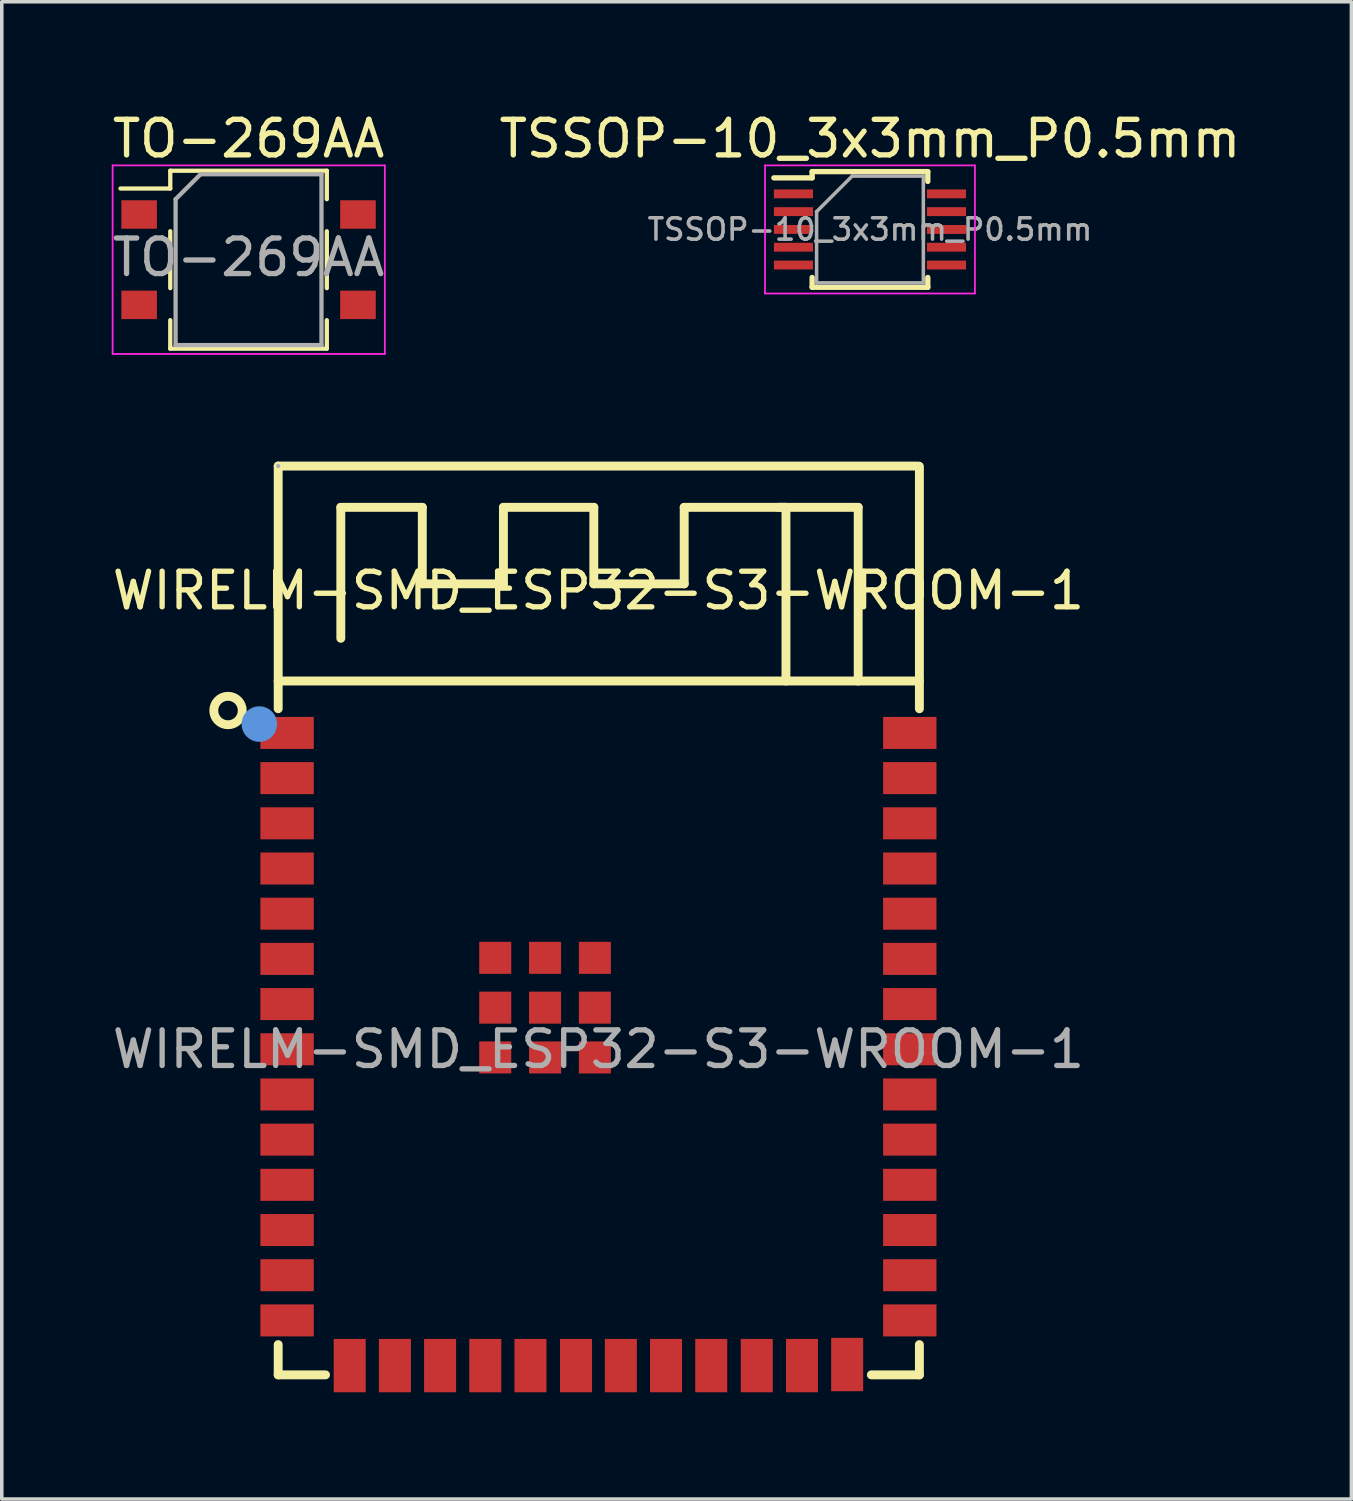
<source format=kicad_pcb>
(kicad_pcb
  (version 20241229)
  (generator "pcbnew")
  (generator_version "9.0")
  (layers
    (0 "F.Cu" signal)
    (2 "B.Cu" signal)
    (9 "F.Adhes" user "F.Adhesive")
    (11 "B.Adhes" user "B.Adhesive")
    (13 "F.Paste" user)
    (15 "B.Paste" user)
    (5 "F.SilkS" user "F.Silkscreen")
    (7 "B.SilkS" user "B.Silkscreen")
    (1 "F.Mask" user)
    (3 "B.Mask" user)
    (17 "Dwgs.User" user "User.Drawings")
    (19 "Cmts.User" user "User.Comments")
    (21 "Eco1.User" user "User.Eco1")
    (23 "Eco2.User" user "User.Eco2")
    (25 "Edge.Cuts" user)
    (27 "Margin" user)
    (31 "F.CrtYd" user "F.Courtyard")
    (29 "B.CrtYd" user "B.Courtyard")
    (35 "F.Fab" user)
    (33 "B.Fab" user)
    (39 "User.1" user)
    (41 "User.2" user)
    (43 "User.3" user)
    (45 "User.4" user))
  (footprint "TSSOP-10_3x3mm_P0.5mm"
    (layer "F.Cu")
    (at 21.399 3.398)
    (property "Reference" "TSSOP-10_3x3mm_P0.5mm" (at 0 -2.55 0) (layer "F.SilkS") (effects (font (size 1 1) (thickness 0.15))))
    (attr smd)
    (fp_line (start -1.625 -1.625) (end -1.625 -1.45) (stroke (width 0.15) (type solid)) (layer "F.SilkS"))
    (fp_line (start -1.625 -1.625) (end 1.625 -1.625) (stroke (width 0.15) (type solid)) (layer "F.SilkS"))
    (fp_line (start -1.625 -1.45) (end -2.7 -1.45) (stroke (width 0.15) (type solid)) (layer "F.SilkS"))
    (fp_line (start -1.625 1.625) (end -1.625 1.35) (stroke (width 0.15) (type solid)) (layer "F.SilkS"))
    (fp_line (start -1.625 1.625) (end 1.625 1.625) (stroke (width 0.15) (type solid)) (layer "F.SilkS"))
    (fp_line (start 1.625 -1.625) (end 1.625 -1.35) (stroke (width 0.15) (type solid)) (layer "F.SilkS"))
    (fp_line (start 1.625 1.625) (end 1.625 1.35) (stroke (width 0.15) (type solid)) (layer "F.SilkS"))
    (fp_line (start -2.95 -1.8) (end -2.95 1.8) (stroke (width 0.05) (type solid)) (layer "F.CrtYd"))
    (fp_line (start -2.95 -1.8) (end 2.95 -1.8) (stroke (width 0.05) (type solid)) (layer "F.CrtYd"))
    (fp_line (start -2.95 1.8) (end 2.95 1.8) (stroke (width 0.05) (type solid)) (layer "F.CrtYd"))
    (fp_line (start 2.95 -1.8) (end 2.95 1.8) (stroke (width 0.05) (type solid)) (layer "F.CrtYd"))
    (fp_line (start -1.5 -0.5) (end -0.5 -1.5) (stroke (width 0.1) (type solid)) (layer "F.Fab"))
    (fp_line (start -1.5 1.5) (end -1.5 -0.5) (stroke (width 0.1) (type solid)) (layer "F.Fab"))
    (fp_line (start -0.5 -1.5) (end 1.5 -1.5) (stroke (width 0.1) (type solid)) (layer "F.Fab"))
    (fp_line (start 1.5 -1.5) (end 1.5 1.5) (stroke (width 0.1) (type solid)) (layer "F.Fab"))
    (fp_line (start 1.5 1.5) (end -1.5 1.5) (stroke (width 0.1) (type solid)) (layer "F.Fab"))
    (fp_text user "${REFERENCE}" (at 0 0 0) (layer "F.Fab") (effects (font (size 0.6 0.6) (thickness 0.1))))
    (pad "1" smd rect (at -2.15 -1) (size 1.1 0.25) (layers "F.Cu" "F.Mask" "F.Paste"))
    (pad "2" smd rect (at -2.15 -0.5) (size 1.1 0.25) (layers "F.Cu" "F.Mask" "F.Paste"))
    (pad "3" smd rect (at -2.15 0) (size 1.1 0.25) (layers "F.Cu" "F.Mask" "F.Paste"))
    (pad "4" smd rect (at -2.15 0.5) (size 1.1 0.25) (layers "F.Cu" "F.Mask" "F.Paste"))
    (pad "5" smd rect (at -2.15 1) (size 1.1 0.25) (layers "F.Cu" "F.Mask" "F.Paste"))
    (pad "6" smd rect (at 2.15 1) (size 1.1 0.25) (layers "F.Cu" "F.Mask" "F.Paste"))
    (pad "7" smd rect (at 2.15 0.5) (size 1.1 0.25) (layers "F.Cu" "F.Mask" "F.Paste"))
    (pad "8" smd rect (at 2.15 0) (size 1.1 0.25) (layers "F.Cu" "F.Mask" "F.Paste"))
    (pad "9" smd rect (at 2.15 -0.5) (size 1.1 0.25) (layers "F.Cu" "F.Mask" "F.Paste"))
    (pad "10" smd rect (at 2.15 -1) (size 1.1 0.25) (layers "F.Cu" "F.Mask" "F.Paste")))
  (footprint "WIRELM-SMD_ESP32-S3-WROOM-1"
    (layer "F.Cu")
    (at 13.768 26.438)
    (property "Reference" "WIRELM-SMD_ESP32-S3-WROOM-1" (at 0 -12.89 0) (layer "F.SilkS") (effects (font (size 1 1) (thickness 0.15))))
    (attr smd)
    (fp_line (start -9 -16.39) (end -9 -9.57) (stroke (width 0.25) (type solid)) (layer "F.SilkS"))
    (fp_line (start -9 -10.35) (end 9.02 -10.35) (stroke (width 0.25) (type solid)) (layer "F.SilkS"))
    (fp_line (start -9 8.3) (end -9 9.15) (stroke (width 0.25) (type solid)) (layer "F.SilkS"))
    (fp_line (start -9 9.15) (end -7.67 9.15) (stroke (width 0.25) (type solid)) (layer "F.SilkS"))
    (fp_line (start -7.24 -15.23) (end -7.24 -11.55) (stroke (width 0.25) (type solid)) (layer "F.SilkS"))
    (fp_line (start -4.95 -15.23) (end -7.24 -15.23) (stroke (width 0.25) (type solid)) (layer "F.SilkS"))
    (fp_line (start -4.95 -13.08) (end -4.95 -15.23) (stroke (width 0.25) (type solid)) (layer "F.SilkS"))
    (fp_line (start -2.67 -15.23) (end -2.67 -13.08) (stroke (width 0.25) (type solid)) (layer "F.SilkS"))
    (fp_line (start -2.67 -13.08) (end -4.95 -13.08) (stroke (width 0.25) (type solid)) (layer "F.SilkS"))
    (fp_line (start -0.13 -15.23) (end -2.67 -15.23) (stroke (width 0.25) (type solid)) (layer "F.SilkS"))
    (fp_line (start -0.13 -13.08) (end -0.13 -15.23) (stroke (width 0.25) (type solid)) (layer "F.SilkS"))
    (fp_line (start 2.41 -15.23) (end 2.41 -13.08) (stroke (width 0.25) (type solid)) (layer "F.SilkS"))
    (fp_line (start 2.41 -13.08) (end -0.13 -13.08) (stroke (width 0.25) (type solid)) (layer "F.SilkS"))
    (fp_line (start 5.27 -15.23) (end 2.41 -15.23) (stroke (width 0.25) (type solid)) (layer "F.SilkS"))
    (fp_line (start 5.27 -10.35) (end 5.27 -15.23) (stroke (width 0.25) (type solid)) (layer "F.SilkS"))
    (fp_line (start 7.3 -15.23) (end 5.06 -15.23) (stroke (width 0.25) (type solid)) (layer "F.SilkS"))
    (fp_line (start 7.3 -10.35) (end 7.3 -15.23) (stroke (width 0.25) (type solid)) (layer "F.SilkS"))
    (fp_line (start 7.67 9.15) (end 9.02 9.15) (stroke (width 0.25) (type solid)) (layer "F.SilkS"))
    (fp_line (start 9 -16.39) (end -9 -16.39) (stroke (width 0.25) (type solid)) (layer "F.SilkS"))
    (fp_line (start 9.02 -9.57) (end 9.02 -16.38) (stroke (width 0.25) (type solid)) (layer "F.SilkS"))
    (fp_line (start 9.02 9.15) (end 9.02 8.3) (stroke (width 0.25) (type solid)) (layer "F.SilkS"))
    (fp_circle (center -10.41 -9.52) (end -10.01 -9.52) (stroke (width 0.25) (type solid)) (fill no) (layer "F.SilkS"))
    (fp_circle (center -9.53 -9.14) (end -9.28 -9.14) (stroke (width 0.5) (type solid)) (fill no) (layer "Cmts.User"))
    (fp_circle (center -9 -16.39) (end -8.97 -16.39) (stroke (width 0.06) (type solid)) (fill no) (layer "F.Fab"))
    (fp_text user "${REFERENCE}" (at 0 0 0) (layer "F.Fab") (effects (font (size 1 1) (thickness 0.15))))
    (pad "1" smd rect (at -8.75 -8.89) (size 1.5 0.9) (layers "F.Cu" "F.Mask" "F.Paste"))
    (pad "2" smd rect (at -8.75 -7.62) (size 1.5 0.9) (layers "F.Cu" "F.Mask" "F.Paste"))
    (pad "3" smd rect (at -8.75 -6.35) (size 1.5 0.9) (layers "F.Cu" "F.Mask" "F.Paste"))
    (pad "4" smd rect (at -8.75 -5.08) (size 1.5 0.9) (layers "F.Cu" "F.Mask" "F.Paste"))
    (pad "5" smd rect (at -8.75 -3.81) (size 1.5 0.9) (layers "F.Cu" "F.Mask" "F.Paste"))
    (pad "6" smd rect (at -8.75 -2.54) (size 1.5 0.9) (layers "F.Cu" "F.Mask" "F.Paste"))
    (pad "7" smd rect (at -8.75 -1.27) (size 1.5 0.9) (layers "F.Cu" "F.Mask" "F.Paste"))
    (pad "8" smd rect (at -8.75 0) (size 1.5 0.9) (layers "F.Cu" "F.Mask" "F.Paste"))
    (pad "9" smd rect (at -8.75 1.27) (size 1.5 0.9) (layers "F.Cu" "F.Mask" "F.Paste"))
    (pad "10" smd rect (at -8.75 2.54) (size 1.5 0.9) (layers "F.Cu" "F.Mask" "F.Paste"))
    (pad "11" smd rect (at -8.75 3.81) (size 1.5 0.9) (layers "F.Cu" "F.Mask" "F.Paste"))
    (pad "12" smd rect (at -8.75 5.08) (size 1.5 0.9) (layers "F.Cu" "F.Mask" "F.Paste"))
    (pad "13" smd rect (at -8.75 6.35) (size 1.5 0.9) (layers "F.Cu" "F.Mask" "F.Paste"))
    (pad "14" smd rect (at -8.75 7.62) (size 1.5 0.9) (layers "F.Cu" "F.Mask" "F.Paste"))
    (pad "15" smd rect (at -6.99 8.89 90) (size 1.5 0.9) (layers "F.Cu" "F.Mask" "F.Paste"))
    (pad "16" smd rect (at -5.72 8.89 90) (size 1.5 0.9) (layers "F.Cu" "F.Mask" "F.Paste"))
    (pad "17" smd rect (at -4.45 8.89 90) (size 1.5 0.9) (layers "F.Cu" "F.Mask" "F.Paste"))
    (pad "18" smd rect (at -3.18 8.89 90) (size 1.5 0.9) (layers "F.Cu" "F.Mask" "F.Paste"))
    (pad "19" smd rect (at -1.91 8.89 90) (size 1.5 0.9) (layers "F.Cu" "F.Mask" "F.Paste"))
    (pad "20" smd rect (at -0.63 8.89 90) (size 1.5 0.9) (layers "F.Cu" "F.Mask" "F.Paste"))
    (pad "21" smd rect (at 0.63 8.89 90) (size 1.5 0.9) (layers "F.Cu" "F.Mask" "F.Paste"))
    (pad "22" smd rect (at 1.9 8.89 90) (size 1.5 0.9) (layers "F.Cu" "F.Mask" "F.Paste"))
    (pad "23" smd rect (at 3.17 8.89 90) (size 1.5 0.9) (layers "F.Cu" "F.Mask" "F.Paste"))
    (pad "24" smd rect (at 4.45 8.89 90) (size 1.5 0.9) (layers "F.Cu" "F.Mask" "F.Paste"))
    (pad "25" smd rect (at 5.72 8.89 90) (size 1.5 0.9) (layers "F.Cu" "F.Mask" "F.Paste"))
    (pad "26" smd rect (at 6.99 8.86 90) (size 1.5 0.9) (layers "F.Cu" "F.Mask" "F.Paste"))
    (pad "27" smd rect (at 8.75 7.62 180) (size 1.5 0.9) (layers "F.Cu" "F.Mask" "F.Paste"))
    (pad "28" smd rect (at 8.75 6.35 180) (size 1.5 0.9) (layers "F.Cu" "F.Mask" "F.Paste"))
    (pad "29" smd rect (at 8.75 5.08 180) (size 1.5 0.9) (layers "F.Cu" "F.Mask" "F.Paste"))
    (pad "30" smd rect (at 8.75 3.81 180) (size 1.5 0.9) (layers "F.Cu" "F.Mask" "F.Paste"))
    (pad "31" smd rect (at 8.75 2.54 180) (size 1.5 0.9) (layers "F.Cu" "F.Mask" "F.Paste"))
    (pad "32" smd rect (at 8.75 1.27 180) (size 1.5 0.9) (layers "F.Cu" "F.Mask" "F.Paste"))
    (pad "33" smd rect (at 8.75 0 180) (size 1.5 0.9) (layers "F.Cu" "F.Mask" "F.Paste"))
    (pad "34" smd rect (at 8.75 -1.27 180) (size 1.5 0.9) (layers "F.Cu" "F.Mask" "F.Paste"))
    (pad "35" smd rect (at 8.75 -2.54 180) (size 1.5 0.9) (layers "F.Cu" "F.Mask" "F.Paste"))
    (pad "36" smd rect (at 8.75 -3.81 180) (size 1.5 0.9) (layers "F.Cu" "F.Mask" "F.Paste"))
    (pad "37" smd rect (at 8.75 -5.08 180) (size 1.5 0.9) (layers "F.Cu" "F.Mask" "F.Paste"))
    (pad "38" smd rect (at 8.75 -6.35 180) (size 1.5 0.9) (layers "F.Cu" "F.Mask" "F.Paste"))
    (pad "39" smd rect (at 8.75 -7.62 180) (size 1.5 0.9) (layers "F.Cu" "F.Mask" "F.Paste"))
    (pad "40" smd rect (at 8.75 -8.89 180) (size 1.5 0.9) (layers "F.Cu" "F.Mask" "F.Paste"))
    (pad "41" smd rect (at -2.9 -2.57 90) (size 0.9 0.9) (layers "F.Cu" "F.Mask" "F.Paste"))
    (pad "41" smd rect (at -2.9 -1.17 90) (size 0.9 0.9) (layers "F.Cu" "F.Mask" "F.Paste"))
    (pad "41" smd rect (at -2.9 0.23 90) (size 0.9 0.9) (layers "F.Cu" "F.Mask" "F.Paste"))
    (pad "41" smd rect (at -1.5 -2.57 90) (size 0.9 0.9) (layers "F.Cu" "F.Mask" "F.Paste"))
    (pad "41" smd rect (at -1.5 -1.17 90) (size 0.9 0.9) (layers "F.Cu" "F.Mask" "F.Paste"))
    (pad "41" smd rect (at -1.5 0.23 90) (size 0.9 0.9) (layers "F.Cu" "F.Mask" "F.Paste"))
    (pad "41" smd rect (at -0.1 -2.57 90) (size 0.9 0.9) (layers "F.Cu" "F.Mask" "F.Paste"))
    (pad "41" smd rect (at -0.1 -1.17 90) (size 0.9 0.9) (layers "F.Cu" "F.Mask" "F.Paste"))
    (pad "41" smd rect (at -0.1 0.23 90) (size 0.9 0.9) (layers "F.Cu" "F.Mask" "F.Paste")))
  (footprint "TO-269AA"
    (layer "F.Cu")
    (at 3.935 4.248)
    (property "Reference" "TO-269AA" (at 0 -3.4 0) (layer "F.SilkS") (effects (font (size 1 1) (thickness 0.15))))
    (attr smd)
    (fp_line (start -2.2 -2.5) (end -2.2 -2) (stroke (width 0.12) (type solid)) (layer "F.SilkS"))
    (fp_line (start -2.2 -2) (end -3.6 -2) (stroke (width 0.12) (type solid)) (layer "F.SilkS"))
    (fp_line (start -2.2 -0.8) (end -2.2 0.8) (stroke (width 0.12) (type solid)) (layer "F.SilkS"))
    (fp_line (start -2.2 2.5) (end -2.2 1.7) (stroke (width 0.12) (type solid)) (layer "F.SilkS"))
    (fp_line (start 2.2 -2.5) (end -2.2 -2.5) (stroke (width 0.12) (type solid)) (layer "F.SilkS"))
    (fp_line (start 2.2 -1.7) (end 2.2 -2.5) (stroke (width 0.12) (type solid)) (layer "F.SilkS"))
    (fp_line (start 2.2 -0.8) (end 2.2 0.8) (stroke (width 0.12) (type solid)) (layer "F.SilkS"))
    (fp_line (start 2.2 1.7) (end 2.2 2.5) (stroke (width 0.12) (type solid)) (layer "F.SilkS"))
    (fp_line (start 2.2 2.5) (end -2.2 2.5) (stroke (width 0.12) (type solid)) (layer "F.SilkS"))
    (fp_line (start -3.82 -2.65) (end -3.82 2.65) (stroke (width 0.05) (type solid)) (layer "F.CrtYd"))
    (fp_line (start -3.82 -2.65) (end 3.83 -2.65) (stroke (width 0.05) (type solid)) (layer "F.CrtYd"))
    (fp_line (start 3.83 2.65) (end -3.82 2.65) (stroke (width 0.05) (type solid)) (layer "F.CrtYd"))
    (fp_line (start 3.83 2.65) (end 3.83 -2.65) (stroke (width 0.05) (type solid)) (layer "F.CrtYd"))
    (fp_line (start -2.05 -1.7) (end -1.35 -2.4) (stroke (width 0.12) (type solid)) (layer "F.Fab"))
    (fp_line (start -2.05 2.4) (end -2.05 -1.7) (stroke (width 0.12) (type solid)) (layer "F.Fab"))
    (fp_line (start -1.35 -2.4) (end 2.05 -2.4) (stroke (width 0.12) (type solid)) (layer "F.Fab"))
    (fp_line (start 2.05 -2.4) (end 2.05 2.4) (stroke (width 0.12) (type solid)) (layer "F.Fab"))
    (fp_line (start 2.05 2.4) (end -2.05 2.4) (stroke (width 0.12) (type solid)) (layer "F.Fab"))
    (fp_text user "${REFERENCE}" (at 0 -0.065 0) (layer "F.Fab") (effects (font (size 1 1) (thickness 0.15))))
    (pad "1" smd rect (at -3.075 -1.27) (size 1 0.8) (layers "F.Cu" "F.Mask" "F.Paste"))
    (pad "2" smd rect (at -3.075 1.27) (size 1 0.8) (layers "F.Cu" "F.Mask" "F.Paste"))
    (pad "3" smd rect (at 3.075 1.27) (size 1 0.8) (layers "F.Cu" "F.Mask" "F.Paste"))
    (pad "4" smd rect (at 3.075 -1.27) (size 1 0.8) (layers "F.Cu" "F.Mask" "F.Paste")))
  (gr_rect
    (start -3 -3)
    (end 34.929 39.078)
    (stroke (width 0.1) (type default))
    (fill no)
    (layer "Edge.Cuts")))
</source>
